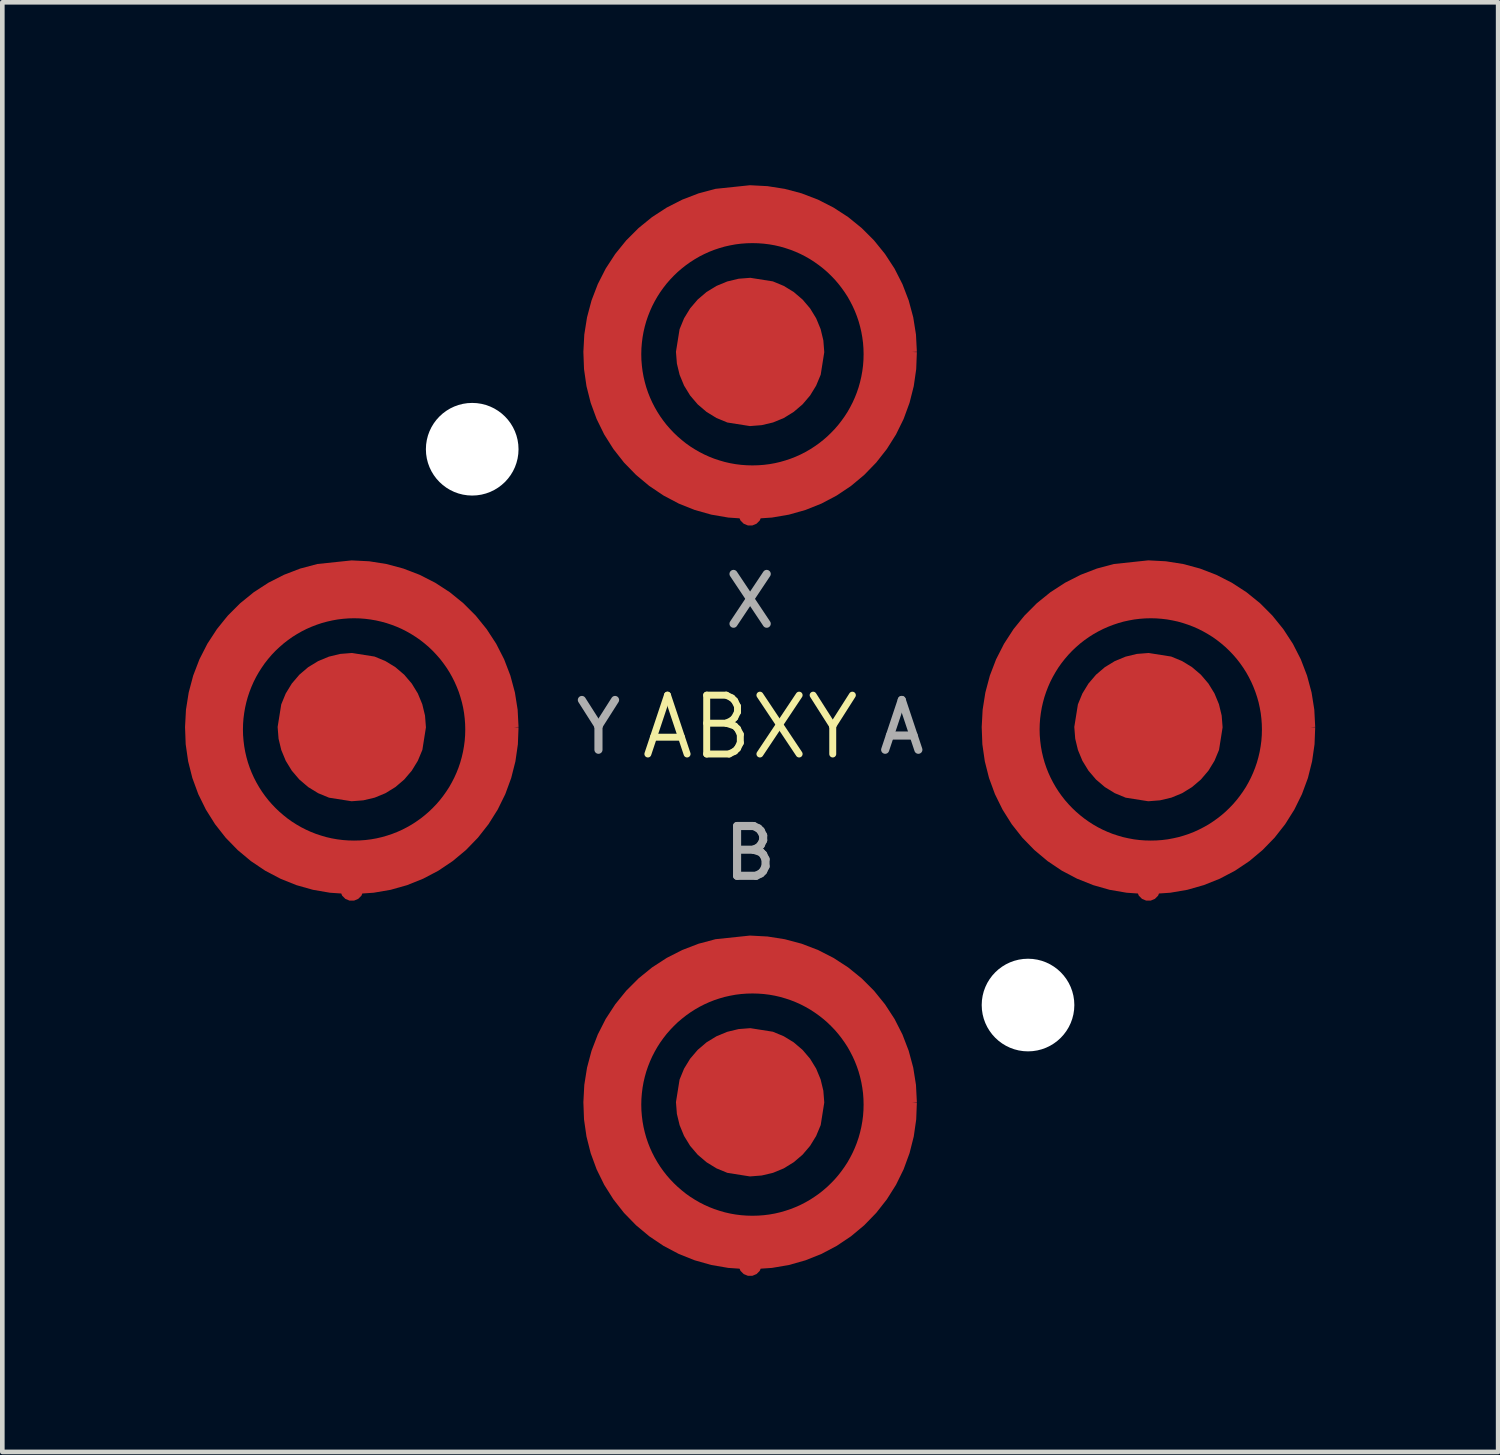
<source format=kicad_pcb>
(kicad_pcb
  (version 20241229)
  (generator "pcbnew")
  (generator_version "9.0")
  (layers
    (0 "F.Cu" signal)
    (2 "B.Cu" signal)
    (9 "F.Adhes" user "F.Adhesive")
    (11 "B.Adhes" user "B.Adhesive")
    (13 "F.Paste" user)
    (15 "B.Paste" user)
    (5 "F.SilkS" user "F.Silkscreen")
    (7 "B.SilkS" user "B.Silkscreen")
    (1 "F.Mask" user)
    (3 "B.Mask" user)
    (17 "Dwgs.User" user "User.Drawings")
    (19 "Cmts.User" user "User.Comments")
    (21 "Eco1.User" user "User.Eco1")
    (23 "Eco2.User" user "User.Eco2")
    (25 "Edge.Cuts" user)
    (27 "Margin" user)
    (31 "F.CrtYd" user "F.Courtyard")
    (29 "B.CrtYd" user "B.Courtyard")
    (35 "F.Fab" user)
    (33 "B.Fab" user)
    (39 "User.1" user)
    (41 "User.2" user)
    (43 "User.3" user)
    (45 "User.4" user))
  (footprint "ABXY"
    (layer "F.Cu")
    (at 13.145 12.649)
    (property "Reference" "ABXY" (at 0 0 0) (layer "F.SilkS") (effects (font (size 1.27 1.27) (thickness 0.15))))
    (fp_poly (pts (xy -8.198 -4.08) (xy -7.8 -4.021) (xy -7.41 -3.924) (xy -7.031 -3.788) (xy -6.667 -3.616) (xy -6.322 -3.409) (xy -5.999 -3.169) (xy -5.701 -2.899) (xy -5.431 -2.601) (xy -5.191 -2.278) (xy -4.984 -1.933) (xy -4.812 -1.569) (xy -4.676 -1.19) (xy -4.578 -0.798) (xy -4.5 -0.002) (xy -4.52 0.402) (xy -4.579 0.8) (xy -4.676 1.19) (xy -4.812 1.569) (xy -4.984 1.933) (xy -5.191 2.278) (xy -5.431 2.601) (xy -5.701 2.899) (xy -5.999 3.169) (xy -6.322 3.409) (xy -6.667 3.616) (xy -7.031 3.788) (xy -7.41 3.924) (xy -7.802 4.022) (xy -8.598 4.1) (xy -9.002 4.08) (xy -9.4 4.021) (xy -9.79 3.924) (xy -10.169 3.788) (xy -10.533 3.616) (xy -10.878 3.409) (xy -11.201 3.169) (xy -11.499 2.899) (xy -11.769 2.601) (xy -12.009 2.278) (xy -12.216 1.933) (xy -12.388 1.569) (xy -12.524 1.19) (xy -12.622 0.798) (xy -12.7 0.002) (xy -12.68 -0.402) (xy -12.621 -0.8) (xy -12.524 -1.19) (xy -12.388 -1.569) (xy -12.216 -1.933) (xy -12.009 -2.278) (xy -11.769 -2.601) (xy -11.499 -2.899) (xy -11.201 -3.169) (xy -10.878 -3.409) (xy -10.533 -3.616) (xy -10.169 -3.788) (xy -9.79 -3.924) (xy -9.398 -4.022) (xy -8.602 -4.1)) (stroke (width 0) (type default)) (fill yes) (layer "F.Mask"))
    (fp_poly (pts (xy 0.402 -12.18) (xy 0.8 -12.121) (xy 1.19 -12.024) (xy 1.569 -11.888) (xy 1.933 -11.716) (xy 2.278 -11.509) (xy 2.601 -11.269) (xy 2.899 -10.999) (xy 3.169 -10.701) (xy 3.409 -10.378) (xy 3.616 -10.033) (xy 3.788 -9.669) (xy 3.924 -9.29) (xy 4.022 -8.898) (xy 4.1 -8.102) (xy 4.08 -7.698) (xy 4.021 -7.3) (xy 3.924 -6.91) (xy 3.788 -6.531) (xy 3.616 -6.167) (xy 3.409 -5.822) (xy 3.169 -5.499) (xy 2.899 -5.201) (xy 2.601 -4.931) (xy 2.278 -4.691) (xy 1.933 -4.484) (xy 1.569 -4.312) (xy 1.19 -4.176) (xy 0.798 -4.078) (xy 0.002 -4) (xy -0.402 -4.02) (xy -0.8 -4.079) (xy -1.19 -4.176) (xy -1.569 -4.312) (xy -1.933 -4.484) (xy -2.278 -4.691) (xy -2.601 -4.931) (xy -2.899 -5.201) (xy -3.169 -5.499) (xy -3.409 -5.822) (xy -3.616 -6.167) (xy -3.788 -6.531) (xy -3.924 -6.91) (xy -4.022 -7.302) (xy -4.1 -8.098) (xy -4.08 -8.502) (xy -4.021 -8.9) (xy -3.924 -9.29) (xy -3.788 -9.669) (xy -3.616 -10.033) (xy -3.409 -10.378) (xy -3.169 -10.701) (xy -2.899 -10.999) (xy -2.601 -11.269) (xy -2.278 -11.509) (xy -1.933 -11.716) (xy -1.569 -11.888) (xy -1.19 -12.024) (xy -0.798 -12.122) (xy -0.002 -12.2)) (stroke (width 0) (type default)) (fill yes) (layer "F.Mask"))
    (fp_poly (pts (xy 0.402 4.02) (xy 0.8 4.079) (xy 1.19 4.176) (xy 1.569 4.312) (xy 1.933 4.484) (xy 2.278 4.691) (xy 2.601 4.931) (xy 2.899 5.201) (xy 3.169 5.499) (xy 3.409 5.822) (xy 3.616 6.167) (xy 3.788 6.531) (xy 3.924 6.91) (xy 4.022 7.302) (xy 4.1 8.098) (xy 4.08 8.502) (xy 4.021 8.9) (xy 3.924 9.29) (xy 3.788 9.669) (xy 3.616 10.033) (xy 3.409 10.378) (xy 3.169 10.701) (xy 2.899 10.999) (xy 2.601 11.269) (xy 2.278 11.509) (xy 1.933 11.716) (xy 1.569 11.888) (xy 1.19 12.024) (xy 0.798 12.122) (xy 0.002 12.2) (xy -0.402 12.18) (xy -0.8 12.121) (xy -1.19 12.024) (xy -1.569 11.888) (xy -1.933 11.716) (xy -2.278 11.509) (xy -2.601 11.269) (xy -2.899 10.999) (xy -3.169 10.701) (xy -3.409 10.378) (xy -3.616 10.033) (xy -3.788 9.669) (xy -3.924 9.29) (xy -4.022 8.898) (xy -4.1 8.102) (xy -4.08 7.698) (xy -4.021 7.3) (xy -3.924 6.91) (xy -3.788 6.531) (xy -3.616 6.167) (xy -3.409 5.822) (xy -3.169 5.499) (xy -2.899 5.201) (xy -2.601 4.931) (xy -2.278 4.691) (xy -1.933 4.484) (xy -1.569 4.312) (xy -1.19 4.176) (xy -0.798 4.078) (xy -0.002 4)) (stroke (width 0) (type default)) (fill yes) (layer "F.Mask"))
    (fp_poly (pts (xy 9.002 -4.08) (xy 9.4 -4.021) (xy 9.79 -3.924) (xy 10.169 -3.788) (xy 10.533 -3.616) (xy 10.878 -3.409) (xy 11.201 -3.169) (xy 11.499 -2.899) (xy 11.769 -2.601) (xy 12.009 -2.278) (xy 12.216 -1.933) (xy 12.388 -1.569) (xy 12.524 -1.19) (xy 12.622 -0.798) (xy 12.7 -0.002) (xy 12.68 0.402) (xy 12.621 0.8) (xy 12.524 1.19) (xy 12.388 1.569) (xy 12.216 1.933) (xy 12.009 2.278) (xy 11.769 2.601) (xy 11.499 2.899) (xy 11.201 3.169) (xy 10.878 3.409) (xy 10.533 3.616) (xy 10.169 3.788) (xy 9.79 3.924) (xy 9.398 4.022) (xy 8.602 4.1) (xy 8.198 4.08) (xy 7.8 4.021) (xy 7.41 3.924) (xy 7.031 3.788) (xy 6.667 3.616) (xy 6.322 3.409) (xy 5.999 3.169) (xy 5.701 2.899) (xy 5.431 2.601) (xy 5.191 2.278) (xy 4.984 1.933) (xy 4.812 1.569) (xy 4.676 1.19) (xy 4.578 0.798) (xy 4.5 0.002) (xy 4.52 -0.402) (xy 4.579 -0.8) (xy 4.676 -1.19) (xy 4.812 -1.569) (xy 4.984 -1.933) (xy 5.191 -2.278) (xy 5.431 -2.601) (xy 5.701 -2.899) (xy 5.999 -3.169) (xy 6.322 -3.409) (xy 6.667 -3.616) (xy 7.031 -3.788) (xy 7.41 -3.924) (xy 7.802 -4.022) (xy 8.598 -4.1)) (stroke (width 0) (type default)) (fill yes) (layer "F.Mask"))
    (fp_text user "A" (at 3.85 0 0) (layer "F.Fab") (effects (font (size 1.075 1.075) (thickness 0.175)) (justify right)))
    (fp_text user "Y" (at -3.85 0 0) (layer "F.Fab") (effects (font (size 1.075 1.075) (thickness 0.175)) (justify left)))
    (fp_text user "X" (at 0 -3.35 0) (layer "F.Fab") (effects (font (size 1.075 1.075) (thickness 0.175)) (justify top)))
    (fp_text user "B" (at 0 3.35 0) (layer "F.Fab") (effects (font (size 1.075 1.075) (thickness 0.175)) (justify bottom)))
    (pad "" np_thru_hole circle (at -6 -6) (size 2 2) (drill 2) (layers "*.Cu" "*.Mask"))
    (pad "" np_thru_hole circle (at 6 6) (size 2 2) (drill 2) (layers "*.Cu" "*.Mask"))
    (pad "A" smd custom (at 8.6 0 90) (size 0.5 0.5) (layers "F.Cu" "F.Mask") (options (anchor circle)) (primitives (gr_poly (pts (xy -0.25 0) (xy -0.231 -0.096) (xy -0.177 -0.177) (xy -0.096 -0.231) (xy 0 -0.25) (xy 0.096 -0.231) (xy 0.177 -0.177) (xy 0.231 -0.096) (xy 0.25 0) (xy 0.231 0.096) (xy 0.177 0.177) (xy 0.096 0.231) (xy 0 0.25) (xy -0.096 0.231) (xy -0.177 0.177) (xy -0.231 0.096) (xy -0.25 0)) (width 0) (fill yes)) (gr_poly (pts (xy 1.524 0.491) (xy 1.426 0.727) (xy 1.295 0.941) (xy 1.132 1.132) (xy 0.941 1.295) (xy 0.727 1.426) (xy 0.495 1.522) (xy 0.251 1.581) (xy -0.004 1.601) (xy -0.491 1.524) (xy -0.726 1.426) (xy -0.94 1.295) (xy -1.131 1.132) (xy -1.294 0.941) (xy -1.426 0.727) (xy -1.522 0.495) (xy -1.58 0.25) (xy -1.6 -0.004) (xy -1.523 -0.491) (xy -1.426 -0.726) (xy -1.294 -0.941) (xy -1.131 -1.132) (xy -0.94 -1.295) (xy -0.726 -1.426) (xy -0.494 -1.522) (xy -0.25 -1.581) (xy 0.004 -1.601) (xy 0.491 -1.523) (xy 0.727 -1.426) (xy 0.941 -1.295) (xy 1.132 -1.132) (xy 1.295 -0.941) (xy 1.426 -0.726) (xy 1.522 -0.494) (xy 1.581 -0.25) (xy 1.601 0.004)) (width 0) (fill yes))))
    (pad "B" smd custom (at 0 8.1 90) (size 0.5 0.5) (layers "F.Cu" "F.Mask") (options (anchor circle)) (primitives (gr_poly (pts (xy -0.25 0) (xy -0.231 -0.096) (xy -0.177 -0.177) (xy -0.096 -0.231) (xy 0 -0.25) (xy 0.096 -0.231) (xy 0.177 -0.177) (xy 0.231 -0.096) (xy 0.25 0) (xy 0.231 0.096) (xy 0.177 0.177) (xy 0.096 0.231) (xy 0 0.25) (xy -0.096 0.231) (xy -0.177 0.177) (xy -0.231 0.096) (xy -0.25 0)) (width 0) (fill yes)) (gr_poly (pts (xy 1.524 0.491) (xy 1.426 0.727) (xy 1.295 0.941) (xy 1.132 1.132) (xy 0.941 1.295) (xy 0.727 1.426) (xy 0.495 1.522) (xy 0.251 1.581) (xy -0.004 1.601) (xy -0.491 1.524) (xy -0.726 1.426) (xy -0.94 1.295) (xy -1.131 1.132) (xy -1.294 0.941) (xy -1.426 0.727) (xy -1.522 0.495) (xy -1.58 0.25) (xy -1.6 -0.004) (xy -1.523 -0.491) (xy -1.426 -0.726) (xy -1.294 -0.941) (xy -1.131 -1.132) (xy -0.94 -1.295) (xy -0.726 -1.426) (xy -0.494 -1.522) (xy -0.25 -1.581) (xy 0.004 -1.601) (xy 0.491 -1.523) (xy 0.727 -1.426) (xy 0.941 -1.295) (xy 1.132 -1.132) (xy 1.295 -0.941) (xy 1.426 -0.726) (xy 1.522 -0.494) (xy 1.581 -0.25) (xy 1.601 0.004)) (width 0) (fill yes))))
    (pad "GND1" smd custom (at -8.6 3.5 90) (size 0.5 0.5) (layers "F.Cu" "F.Mask") (options (anchor circle)) (primitives (gr_poly (pts (xy 0.25 0.000038) (xy 0.269 -0.096) (xy 0.323 -0.177) (xy 0.404 -0.231) (xy 0.5 -0.25) (xy 0.596 -0.231) (xy 0.677 -0.177) (xy 0.731 -0.096) (xy 0.75 0.000038) (xy 0.731 0.096) (xy 0.677 0.177) (xy 0.596 0.231) (xy 0.5 0.25) (xy 0.404 0.231) (xy 0.323 0.177) (xy 0.269 0.096) (xy 0.25 0.000038)) (width 0) (fill yes)) (gr_poly (pts (xy 7.081 0.376) (xy 7.022 0.749) (xy 6.924 1.113) (xy 6.789 1.465) (xy 6.618 1.8) (xy 6.413 2.116) (xy 6.175 2.409) (xy 5.909 2.675) (xy 5.616 2.912) (xy 5.3 3.118) (xy 4.965 3.289) (xy 4.613 3.424) (xy 4.248 3.522) (xy 3.876 3.581) (xy 3.505 3.6) (xy 3.5 3.5) (xy 3.496 3.6) (xy 3.13 3.586) (xy 2.762 3.533) (xy 2.402 3.442) (xy 2.053 3.314) (xy 1.72 3.15) (xy 1.405 2.952) (xy 1.113 2.723) (xy 0.846 2.464) (xy 0.608 2.178) (xy 0.401 1.87) (xy 0.228 1.541) (xy 0.089 1.196) (xy -0.012 0.839) (xy -0.075 0.472) (xy -0.107 0) (xy 0 0) (xy 0 -0.1) (xy -0.1 -0.106) (xy -0.075 -0.472) (xy -0.012 -0.838) (xy 0.089 -1.196) (xy 0.228 -1.541) (xy 0.401 -1.87) (xy 0.608 -2.178) (xy 0.846 -2.463) (xy 1.113 -2.723) (xy 1.405 -2.952) (xy 1.72 -3.15) (xy 2.053 -3.314) (xy 2.402 -3.442) (xy 2.762 -3.533) (xy 3.13 -3.586) (xy 3.45 -3.598) (xy 3.45 -2.35) (xy 3.327 -2.347) (xy 3.205 -2.337) (xy 3.085 -2.322) (xy 2.967 -2.301) (xy 2.851 -2.274) (xy 2.737 -2.242) (xy 2.625 -2.204) (xy 2.516 -2.161) (xy 2.41 -2.113) (xy 2.307 -2.06) (xy 2.206 -2.002) (xy 2.109 -1.94) (xy 2.015 -1.873) (xy 1.924 -1.802) (xy 1.837 -1.726) (xy 1.754 -1.647) (xy 1.674 -1.563) (xy 1.599 -1.476) (xy 1.527 -1.386) (xy 1.46 -1.292) (xy 1.398 -1.194) (xy 1.34 -1.094) (xy 1.287 -0.99) (xy 1.239 -0.884) (xy 1.196 -0.775) (xy 1.159 -0.663) (xy 1.126 -0.55) (xy 1.099 -0.433) (xy 1.078 -0.315) (xy 1.063 -0.195) (xy 1.054 -0.073) (xy 1.051 0.05) (xy 1.054 0.174) (xy 1.063 0.296) (xy 1.078 0.416) (xy 1.099 0.534) (xy 1.126 0.65) (xy 1.159 0.764) (xy 1.196 0.875) (xy 1.239 0.984) (xy 1.287 1.091) (xy 1.34 1.194) (xy 1.398 1.295) (xy 1.461 1.392) (xy 1.527 1.486) (xy 1.599 1.577) (xy 1.674 1.664) (xy 1.754 1.747) (xy 1.837 1.827) (xy 1.924 1.902) (xy 2.015 1.973) (xy 2.109 2.04) (xy 2.206 2.103) (xy 2.307 2.16) (xy 2.41 2.213) (xy 2.516 2.261) (xy 2.625 2.304) (xy 2.737 2.342) (xy 2.851 2.374) (xy 2.967 2.401) (xy 3.085 2.422) (xy 3.205 2.438) (xy 3.327 2.447) (xy 3.45 2.45) (xy 3.569 2.447) (xy 3.688 2.438) (xy 3.805 2.424) (xy 3.921 2.404) (xy 4.035 2.378) (xy 4.148 2.346) (xy 4.26 2.31) (xy 4.369 2.267) (xy 4.476 2.22) (xy 4.581 2.167) (xy 4.683 2.11) (xy 4.782 2.047) (xy 4.878 1.979) (xy 4.972 1.907) (xy 5.061 1.829) (xy 5.148 1.747) (xy 5.23 1.661) (xy 5.307 1.571) (xy 5.38 1.478) (xy 5.447 1.382) (xy 5.51 1.282) (xy 5.568 1.18) (xy 5.621 1.076) (xy 5.668 0.969) (xy 5.71 0.859) (xy 5.747 0.748) (xy 5.778 0.635) (xy 5.804 0.521) (xy 5.824 0.405) (xy 5.839 0.287) (xy 5.848 0.169) (xy 5.851 0.05) (xy 5.848 -0.069) (xy 5.839 -0.187) (xy 5.825 -0.304) (xy 5.804 -0.42) (xy 5.778 -0.535) (xy 5.747 -0.648) (xy 5.71 -0.759) (xy 5.668 -0.868) (xy 5.621 -0.975) (xy 5.568 -1.08) (xy 5.51 -1.182) (xy 5.448 -1.281) (xy 5.38 -1.377) (xy 5.307 -1.471) (xy 5.23 -1.56) (xy 5.148 -1.647) (xy 5.062 -1.729) (xy 4.972 -1.806) (xy 4.879 -1.879) (xy 4.782 -1.946) (xy 4.683 -2.009) (xy 4.581 -2.067) (xy 4.476 -2.12) (xy 4.369 -2.167) (xy 4.26 -2.209) (xy 4.149 -2.246) (xy 4.036 -2.277) (xy 3.921 -2.303) (xy 3.805 -2.323) (xy 3.688 -2.338) (xy 3.57 -2.347) (xy 3.45 -2.35) (xy 3.45 -3.598) (xy 3.501 -3.6) (xy 3.876 -3.58) (xy 4.248 -3.521) (xy 4.613 -3.424) (xy 4.965 -3.289) (xy 5.3 -3.118) (xy 5.616 -2.912) (xy 5.851 -2.723) (xy 5.851 0.05) (xy 5.851 0.05) (xy 5.851 0.051) (xy 5.851 0.05) (xy 5.851 -2.723) (xy 5.909 -2.675) (xy 6.175 -2.409) (xy 6.413 -2.116) (xy 6.618 -1.8) (xy 6.789 -1.464) (xy 6.924 -1.113) (xy 7.022 -0.746) (xy 7.1 -0.003)) (width 0) (fill yes))))
    (pad "GND2" smd custom (at 8.6 3.5 90) (size 0.5 0.5) (layers "F.Cu" "F.Mask") (options (anchor circle)) (primitives (gr_poly (pts (xy 7.081 0.376) (xy 7.022 0.749) (xy 6.924 1.113) (xy 6.789 1.464) (xy 6.618 1.8) (xy 6.413 2.116) (xy 6.176 2.409) (xy 5.909 2.675) (xy 5.616 2.912) (xy 5.3 3.118) (xy 4.965 3.289) (xy 4.613 3.424) (xy 4.248 3.522) (xy 3.876 3.581) (xy 3.505 3.6) (xy 3.5 3.5) (xy 3.497 3.6) (xy 3.13 3.586) (xy 2.762 3.533) (xy 2.402 3.443) (xy 2.053 3.314) (xy 1.72 3.15) (xy 1.405 2.952) (xy 1.113 2.723) (xy 0.847 2.464) (xy 0.608 2.179) (xy 0.401 1.87) (xy 0.228 1.541) (xy 0.09 1.196) (xy -0.012 0.839) (xy -0.075 0.472) (xy -0.107 -0.000056) (xy 0.000171 -0.000056) (xy 0.000171 -0.1) (xy -0.1 -0.107) (xy -0.075 -0.472) (xy -0.012 -0.838) (xy 0.09 -1.196) (xy 0.228 -1.541) (xy 0.401 -1.87) (xy 0.608 -2.178) (xy 0.847 -2.463) (xy 1.113 -2.722) (xy 1.405 -2.952) (xy 1.72 -3.15) (xy 2.053 -3.314) (xy 2.402 -3.442) (xy 2.762 -3.533) (xy 3.13 -3.586) (xy 3.451 -3.598) (xy 3.451 -2.35) (xy 3.327 -2.347) (xy 3.205 -2.337) (xy 3.085 -2.322) (xy 2.967 -2.301) (xy 2.851 -2.274) (xy 2.737 -2.242) (xy 2.625 -2.204) (xy 2.516 -2.161) (xy 2.41 -2.113) (xy 2.307 -2.06) (xy 2.206 -2.002) (xy 2.109 -1.94) (xy 2.015 -1.873) (xy 1.924 -1.802) (xy 1.837 -1.726) (xy 1.754 -1.647) (xy 1.674 -1.563) (xy 1.599 -1.476) (xy 1.528 -1.386) (xy 1.461 -1.292) (xy 1.398 -1.194) (xy 1.34 -1.094) (xy 1.287 -0.99) (xy 1.239 -0.884) (xy 1.196 -0.775) (xy 1.159 -0.663) (xy 1.126 -0.55) (xy 1.1 -0.433) (xy 1.078 -0.315) (xy 1.063 -0.195) (xy 1.054 -0.073) (xy 1.051 0.05) (xy 1.054 0.174) (xy 1.063 0.296) (xy 1.078 0.416) (xy 1.1 0.534) (xy 1.126 0.65) (xy 1.159 0.764) (xy 1.196 0.875) (xy 1.239 0.984) (xy 1.288 1.091) (xy 1.341 1.194) (xy 1.398 1.295) (xy 1.461 1.392) (xy 1.528 1.486) (xy 1.599 1.577) (xy 1.674 1.664) (xy 1.754 1.747) (xy 1.837 1.827) (xy 1.924 1.902) (xy 2.015 1.973) (xy 2.109 2.04) (xy 2.206 2.103) (xy 2.307 2.16) (xy 2.41 2.213) (xy 2.517 2.261) (xy 2.626 2.304) (xy 2.737 2.342) (xy 2.851 2.374) (xy 2.967 2.401) (xy 3.085 2.422) (xy 3.205 2.438) (xy 3.327 2.447) (xy 3.451 2.45) (xy 3.57 2.447) (xy 3.688 2.438) (xy 3.805 2.424) (xy 3.921 2.403) (xy 4.036 2.378) (xy 4.149 2.346) (xy 4.26 2.309) (xy 4.369 2.267) (xy 4.476 2.22) (xy 4.581 2.167) (xy 4.683 2.11) (xy 4.782 2.047) (xy 4.879 1.979) (xy 4.972 1.907) (xy 5.062 1.829) (xy 5.148 1.747) (xy 5.23 1.661) (xy 5.307 1.571) (xy 5.38 1.478) (xy 5.448 1.382) (xy 5.51 1.282) (xy 5.568 1.18) (xy 5.621 1.076) (xy 5.668 0.969) (xy 5.71 0.859) (xy 5.747 0.748) (xy 5.779 0.635) (xy 5.804 0.52) (xy 5.825 0.404) (xy 5.839 0.287) (xy 5.848 0.169) (xy 5.851 0.05) (xy 5.848 -0.069) (xy 5.839 -0.187) (xy 5.825 -0.304) (xy 5.804 -0.42) (xy 5.779 -0.535) (xy 5.747 -0.648) (xy 5.71 -0.759) (xy 5.668 -0.868) (xy 5.621 -0.975) (xy 5.568 -1.08) (xy 5.511 -1.182) (xy 5.448 -1.281) (xy 5.38 -1.378) (xy 5.308 -1.471) (xy 5.23 -1.561) (xy 5.148 -1.647) (xy 5.062 -1.729) (xy 4.972 -1.806) (xy 4.879 -1.879) (xy 4.783 -1.947) (xy 4.683 -2.009) (xy 4.581 -2.067) (xy 4.476 -2.12) (xy 4.369 -2.167) (xy 4.26 -2.209) (xy 4.149 -2.246) (xy 4.036 -2.277) (xy 3.921 -2.303) (xy 3.805 -2.323) (xy 3.688 -2.338) (xy 3.57 -2.347) (xy 3.451 -2.35) (xy 3.451 -3.598) (xy 3.501 -3.6) (xy 3.876 -3.58) (xy 4.248 -3.521) (xy 4.613 -3.424) (xy 4.965 -3.289) (xy 5.3 -3.118) (xy 5.616 -2.913) (xy 5.851 -2.723) (xy 5.851 0.05) (xy 5.851 0.05) (xy 5.851 0.05) (xy 5.851 0.05) (xy 5.851 -2.723) (xy 5.909 -2.675) (xy 6.176 -2.409) (xy 6.413 -2.116) (xy 6.618 -1.8) (xy 6.789 -1.464) (xy 6.924 -1.113) (xy 7.022 -0.746) (xy 7.101 -0.003)) (width 0) (fill yes))))
    (pad "GND3" smd custom (at -0.000047 -4.6 90) (size 0.5 0.5) (layers "F.Cu" "F.Mask") (options (anchor circle)) (primitives (gr_poly (pts (xy 7.08 0.376) (xy 7.021 0.749) (xy 6.924 1.113) (xy 6.789 1.465) (xy 6.618 1.8) (xy 6.413 2.116) (xy 6.175 2.409) (xy 5.909 2.675) (xy 5.616 2.912) (xy 5.3 3.118) (xy 4.964 3.289) (xy 4.612 3.424) (xy 4.248 3.522) (xy 3.876 3.581) (xy 3.505 3.6) (xy 3.5 3.5) (xy 3.496 3.6) (xy 3.13 3.586) (xy 2.762 3.533) (xy 2.402 3.442) (xy 2.053 3.314) (xy 1.719 3.15) (xy 1.405 2.952) (xy 1.113 2.723) (xy 0.846 2.464) (xy 0.608 2.179) (xy 0.401 1.87) (xy 0.227 1.541) (xy 0.089 1.196) (xy -0.012 0.839) (xy -0.075 0.472) (xy -0.107 0) (xy 0 0) (xy 0 -0.1) (xy -0.1 -0.106) (xy -0.075 -0.472) (xy -0.012 -0.838) (xy 0.089 -1.196) (xy 0.227 -1.541) (xy 0.401 -1.87) (xy 0.608 -2.178) (xy 0.846 -2.463) (xy 1.113 -2.723) (xy 1.405 -2.952) (xy 1.719 -3.15) (xy 2.053 -3.314) (xy 2.402 -3.442) (xy 2.762 -3.533) (xy 3.13 -3.586) (xy 3.45 -3.598) (xy 3.45 -2.35) (xy 3.327 -2.347) (xy 3.205 -2.337) (xy 3.085 -2.322) (xy 2.967 -2.301) (xy 2.851 -2.274) (xy 2.737 -2.242) (xy 2.625 -2.204) (xy 2.516 -2.161) (xy 2.41 -2.113) (xy 2.307 -2.06) (xy 2.206 -2.002) (xy 2.109 -1.94) (xy 2.015 -1.873) (xy 1.924 -1.802) (xy 1.837 -1.726) (xy 1.754 -1.647) (xy 1.674 -1.563) (xy 1.599 -1.476) (xy 1.527 -1.386) (xy 1.46 -1.292) (xy 1.398 -1.194) (xy 1.34 -1.094) (xy 1.287 -0.99) (xy 1.239 -0.884) (xy 1.196 -0.775) (xy 1.159 -0.663) (xy 1.126 -0.55) (xy 1.099 -0.433) (xy 1.078 -0.315) (xy 1.063 -0.195) (xy 1.054 -0.073) (xy 1.051 0.05) (xy 1.054 0.174) (xy 1.063 0.296) (xy 1.078 0.416) (xy 1.099 0.534) (xy 1.126 0.65) (xy 1.159 0.764) (xy 1.196 0.875) (xy 1.239 0.984) (xy 1.287 1.091) (xy 1.34 1.194) (xy 1.398 1.295) (xy 1.461 1.392) (xy 1.527 1.486) (xy 1.599 1.577) (xy 1.674 1.664) (xy 1.754 1.747) (xy 1.837 1.827) (xy 1.924 1.902) (xy 2.015 1.973) (xy 2.109 2.04) (xy 2.206 2.103) (xy 2.307 2.16) (xy 2.41 2.213) (xy 2.516 2.261) (xy 2.625 2.304) (xy 2.737 2.342) (xy 2.851 2.374) (xy 2.967 2.401) (xy 3.085 2.422) (xy 3.205 2.438) (xy 3.327 2.447) (xy 3.45 2.45) (xy 3.574 2.447) (xy 3.696 2.438) (xy 3.816 2.422) (xy 3.934 2.401) (xy 4.05 2.374) (xy 4.164 2.342) (xy 4.276 2.304) (xy 4.385 2.261) (xy 4.491 2.213) (xy 4.594 2.16) (xy 4.695 2.103) (xy 4.792 2.04) (xy 4.886 1.973) (xy 4.977 1.902) (xy 5.064 1.827) (xy 5.147 1.747) (xy 5.227 1.664) (xy 5.302 1.577) (xy 5.373 1.486) (xy 5.44 1.392) (xy 5.503 1.295) (xy 5.561 1.194) (xy 5.614 1.091) (xy 5.662 0.984) (xy 5.705 0.875) (xy 5.742 0.764) (xy 5.775 0.65) (xy 5.802 0.534) (xy 5.823 0.416) (xy 5.838 0.295) (xy 5.847 0.174) (xy 5.85 0.05) (xy 5.85 0.05) (xy 5.847 -0.074) (xy 5.838 -0.195) (xy 5.823 -0.315) (xy 5.801 -0.434) (xy 5.775 -0.55) (xy 5.742 -0.664) (xy 5.705 -0.775) (xy 5.662 -0.884) (xy 5.614 -0.99) (xy 5.561 -1.094) (xy 5.503 -1.194) (xy 5.44 -1.292) (xy 5.373 -1.386) (xy 5.302 -1.476) (xy 5.227 -1.564) (xy 5.147 -1.647) (xy 5.064 -1.726) (xy 4.977 -1.802) (xy 4.886 -1.873) (xy 4.792 -1.94) (xy 4.695 -2.002) (xy 4.594 -2.06) (xy 4.491 -2.113) (xy 4.384 -2.161) (xy 4.275 -2.204) (xy 4.164 -2.242) (xy 4.05 -2.274) (xy 3.934 -2.301) (xy 3.816 -2.322) (xy 3.696 -2.337) (xy 3.574 -2.347) (xy 3.45 -2.35) (xy 3.45 -3.598) (xy 3.501 -3.6) (xy 3.876 -3.58) (xy 4.248 -3.521) (xy 4.612 -3.424) (xy 4.964 -3.289) (xy 5.3 -3.118) (xy 5.616 -2.912) (xy 5.909 -2.675) (xy 6.175 -2.409) (xy 6.413 -2.116) (xy 6.618 -1.8) (xy 6.789 -1.464) (xy 6.924 -1.113) (xy 7.022 -0.746) (xy 7.1 -0.003)) (width 0) (fill yes))))
    (pad "GND4" smd custom (at -0.000047 11.6 90) (size 0.5 0.5) (layers "F.Cu" "F.Mask") (options (anchor circle)) (primitives (gr_poly (pts (xy 7.08 0.376) (xy 7.021 0.749) (xy 6.924 1.113) (xy 6.789 1.465) (xy 6.618 1.8) (xy 6.413 2.116) (xy 6.175 2.409) (xy 5.909 2.675) (xy 5.616 2.912) (xy 5.3 3.118) (xy 4.964 3.289) (xy 4.612 3.424) (xy 4.248 3.522) (xy 3.876 3.581) (xy 3.505 3.6) (xy 3.5 3.5) (xy 3.496 3.6) (xy 3.13 3.586) (xy 2.762 3.533) (xy 2.402 3.442) (xy 2.053 3.314) (xy 1.719 3.15) (xy 1.405 2.952) (xy 1.113 2.723) (xy 0.846 2.464) (xy 0.608 2.179) (xy 0.401 1.87) (xy 0.227 1.541) (xy 0.089 1.196) (xy -0.012 0.839) (xy -0.075 0.472) (xy -0.107 0) (xy 0 0) (xy 0 -0.1) (xy -0.1 -0.106) (xy -0.075 -0.472) (xy -0.012 -0.838) (xy 0.089 -1.196) (xy 0.227 -1.541) (xy 0.401 -1.87) (xy 0.608 -2.178) (xy 0.846 -2.463) (xy 1.113 -2.723) (xy 1.405 -2.952) (xy 1.719 -3.15) (xy 2.053 -3.314) (xy 2.402 -3.442) (xy 2.762 -3.533) (xy 3.13 -3.586) (xy 3.45 -3.598) (xy 3.45 -2.35) (xy 3.327 -2.347) (xy 3.205 -2.337) (xy 3.085 -2.322) (xy 2.967 -2.301) (xy 2.851 -2.274) (xy 2.737 -2.242) (xy 2.625 -2.204) (xy 2.516 -2.161) (xy 2.41 -2.113) (xy 2.307 -2.06) (xy 2.206 -2.002) (xy 2.109 -1.94) (xy 2.015 -1.873) (xy 1.924 -1.802) (xy 1.837 -1.726) (xy 1.754 -1.647) (xy 1.674 -1.563) (xy 1.599 -1.476) (xy 1.527 -1.386) (xy 1.46 -1.292) (xy 1.398 -1.194) (xy 1.34 -1.094) (xy 1.287 -0.99) (xy 1.239 -0.884) (xy 1.196 -0.775) (xy 1.159 -0.663) (xy 1.126 -0.55) (xy 1.099 -0.433) (xy 1.078 -0.315) (xy 1.063 -0.195) (xy 1.054 -0.073) (xy 1.051 0.05) (xy 1.054 0.174) (xy 1.063 0.296) (xy 1.078 0.416) (xy 1.099 0.534) (xy 1.126 0.65) (xy 1.159 0.764) (xy 1.196 0.875) (xy 1.239 0.984) (xy 1.287 1.091) (xy 1.34 1.194) (xy 1.398 1.295) (xy 1.461 1.392) (xy 1.527 1.486) (xy 1.599 1.577) (xy 1.674 1.664) (xy 1.754 1.747) (xy 1.837 1.827) (xy 1.924 1.902) (xy 2.015 1.973) (xy 2.109 2.04) (xy 2.206 2.103) (xy 2.307 2.16) (xy 2.41 2.213) (xy 2.516 2.261) (xy 2.625 2.304) (xy 2.737 2.342) (xy 2.851 2.374) (xy 2.967 2.401) (xy 3.085 2.422) (xy 3.205 2.438) (xy 3.327 2.447) (xy 3.45 2.45) (xy 3.574 2.447) (xy 3.696 2.438) (xy 3.816 2.422) (xy 3.934 2.401) (xy 4.05 2.374) (xy 4.164 2.342) (xy 4.276 2.304) (xy 4.385 2.261) (xy 4.491 2.213) (xy 4.594 2.16) (xy 4.695 2.103) (xy 4.792 2.04) (xy 4.886 1.973) (xy 4.977 1.902) (xy 5.064 1.827) (xy 5.147 1.747) (xy 5.227 1.664) (xy 5.302 1.577) (xy 5.373 1.486) (xy 5.44 1.392) (xy 5.503 1.295) (xy 5.561 1.194) (xy 5.614 1.091) (xy 5.662 0.984) (xy 5.705 0.875) (xy 5.742 0.764) (xy 5.775 0.65) (xy 5.802 0.534) (xy 5.823 0.416) (xy 5.838 0.295) (xy 5.847 0.174) (xy 5.85 0.05) (xy 5.85 0.05) (xy 5.847 -0.074) (xy 5.838 -0.195) (xy 5.823 -0.315) (xy 5.801 -0.434) (xy 5.775 -0.55) (xy 5.742 -0.664) (xy 5.705 -0.775) (xy 5.662 -0.884) (xy 5.614 -0.99) (xy 5.561 -1.094) (xy 5.503 -1.194) (xy 5.44 -1.292) (xy 5.373 -1.386) (xy 5.302 -1.476) (xy 5.227 -1.564) (xy 5.147 -1.647) (xy 5.064 -1.726) (xy 4.977 -1.802) (xy 4.886 -1.873) (xy 4.792 -1.94) (xy 4.695 -2.002) (xy 4.594 -2.06) (xy 4.491 -2.113) (xy 4.384 -2.161) (xy 4.275 -2.204) (xy 4.164 -2.242) (xy 4.05 -2.274) (xy 3.934 -2.301) (xy 3.816 -2.322) (xy 3.696 -2.337) (xy 3.574 -2.347) (xy 3.45 -2.35) (xy 3.45 -3.598) (xy 3.501 -3.6) (xy 3.876 -3.58) (xy 4.248 -3.521) (xy 4.612 -3.424) (xy 4.964 -3.289) (xy 5.3 -3.118) (xy 5.616 -2.912) (xy 5.909 -2.675) (xy 6.175 -2.409) (xy 6.413 -2.116) (xy 6.618 -1.8) (xy 6.789 -1.464) (xy 6.924 -1.113) (xy 7.022 -0.746) (xy 7.1 -0.003)) (width 0) (fill yes))))
    (pad "X" smd custom (at 0 -8.1 90) (size 0.5 0.5) (layers "F.Cu" "F.Mask") (options (anchor circle)) (primitives (gr_poly (pts (xy -0.25 0) (xy -0.231 -0.096) (xy -0.177 -0.177) (xy -0.096 -0.231) (xy 0 -0.25) (xy 0.096 -0.231) (xy 0.177 -0.177) (xy 0.231 -0.096) (xy 0.25 0) (xy 0.231 0.096) (xy 0.177 0.177) (xy 0.096 0.231) (xy 0 0.25) (xy -0.096 0.231) (xy -0.177 0.177) (xy -0.231 0.096) (xy -0.25 0)) (width 0) (fill yes)) (gr_poly (pts (xy 1.524 0.491) (xy 1.426 0.727) (xy 1.295 0.941) (xy 1.132 1.132) (xy 0.941 1.295) (xy 0.727 1.426) (xy 0.495 1.522) (xy 0.251 1.581) (xy -0.004 1.601) (xy -0.491 1.524) (xy -0.726 1.426) (xy -0.94 1.295) (xy -1.131 1.132) (xy -1.294 0.941) (xy -1.426 0.727) (xy -1.522 0.495) (xy -1.58 0.25) (xy -1.6 -0.004) (xy -1.523 -0.491) (xy -1.426 -0.726) (xy -1.294 -0.941) (xy -1.131 -1.132) (xy -0.94 -1.295) (xy -0.726 -1.426) (xy -0.494 -1.522) (xy -0.25 -1.581) (xy 0.004 -1.601) (xy 0.491 -1.523) (xy 0.727 -1.426) (xy 0.941 -1.295) (xy 1.132 -1.132) (xy 1.295 -0.941) (xy 1.426 -0.726) (xy 1.522 -0.494) (xy 1.581 -0.25) (xy 1.601 0.004)) (width 0) (fill yes))))
    (pad "Y" smd custom (at -8.6 0 90) (size 0.5 0.5) (layers "F.Cu" "F.Mask") (options (anchor circle)) (primitives (gr_poly (pts (xy 1.524 0.491) (xy 1.426 0.727) (xy 1.295 0.941) (xy 1.132 1.132) (xy 0.941 1.295) (xy 0.727 1.426) (xy 0.495 1.522) (xy 0.251 1.581) (xy -0.004 1.601) (xy -0.491 1.524) (xy -0.726 1.426) (xy -0.94 1.295) (xy -1.131 1.132) (xy -1.294 0.941) (xy -1.426 0.727) (xy -1.522 0.495) (xy -1.58 0.25) (xy -1.6 -0.004) (xy -1.523 -0.491) (xy -1.426 -0.726) (xy -1.294 -0.941) (xy -1.131 -1.132) (xy -0.94 -1.295) (xy -0.726 -1.426) (xy -0.494 -1.522) (xy -0.25 -1.581) (xy 0.004 -1.601) (xy 0.491 -1.523) (xy 0.727 -1.426) (xy 0.941 -1.295) (xy 1.132 -1.132) (xy 1.295 -0.941) (xy 1.426 -0.726) (xy 1.522 -0.494) (xy 1.581 -0.25) (xy 1.601 0.004)) (width 0) (fill yes))))
    (zone (net_name "") (layer "F.Cu") (hatch edge 0.5) (connect_pads) (min_thickness 0.25) (filled_areas_thickness no) (keepout (tracks not_allowed) (vias allowed) (pads not_allowed) (copperpour not_allowed) (footprints allowed)) (placement (enabled no)) (fill) (polygon (pts (xy 9.095 12.649) (xy 9.075 12.223) (xy 9.015 11.8) (xy 8.916 11.385) (xy 8.779 10.982) (xy 8.604 10.593) (xy 8.394 10.222) (xy 8.149 9.872) (xy 7.873 9.547) (xy 7.568 9.248) (xy 7.237 8.98) (xy 6.881 8.744) (xy 6.505 8.543) (xy 6.112 8.377) (xy 5.705 8.249) (xy 5.288 8.16) (xy 4.865 8.11) (xy 4.438 8.1) (xy 4.013 8.13) (xy 3.592 8.2) (xy 3.18 8.308) (xy 2.779 8.455) (xy 2.394 8.639) (xy 2.028 8.858) (xy 1.684 9.11) (xy 1.366 9.394) (xy 1.075 9.706) (xy 0.814 10.044) (xy 0.587 10.405) (xy 0.394 10.785) (xy 0.238 11.182) (xy 0.119 11.592) (xy 0.04 12.011) (xy 0 12.435) (xy 0 12.862) (xy 0.04 13.287) (xy 0.119 13.706) (xy 0.238 14.116) (xy 0.394 14.512) (xy 0.587 14.893) (xy 0.814 15.254) (xy 1.075 15.592) (xy 1.366 15.904) (xy 1.684 16.187) (xy 2.028 16.439) (xy 2.394 16.658) (xy 2.779 16.842) (xy 3.18 16.989) (xy 3.592 17.098) (xy 4.013 17.168) (xy 4.438 17.198) (xy 4.865 17.188) (xy 5.288 17.138) (xy 5.705 17.048) (xy 6.112 16.92) (xy 6.505 16.755) (xy 6.881 16.553) (xy 7.237 16.317) (xy 7.568 16.049) (xy 7.873 15.751) (xy 8.149 15.426) (xy 8.394 15.076) (xy 8.604 14.705) (xy 8.779 14.316) (xy 8.916 13.912) (xy 9.015 13.497) (xy 9.075 13.075))) (polygon (pts (xy 8.395 12.649) (xy 8.375 12.259) (xy 8.316 11.874) (xy 8.218 11.496) (xy 8.083 11.13) (xy 7.911 10.78) (xy 7.705 10.449) (xy 7.466 10.141) (xy 7.198 9.858) (xy 6.902 9.604) (xy 6.582 9.381) (xy 6.241 9.192) (xy 5.882 9.038) (xy 5.51 8.922) (xy 5.128 8.843) (xy 4.74 8.804) (xy 4.35 8.804) (xy 3.962 8.843) (xy 3.58 8.922) (xy 3.208 9.038) (xy 2.849 9.192) (xy 2.508 9.381) (xy 2.188 9.604) (xy 1.892 9.858) (xy 1.624 10.141) (xy 1.385 10.449) (xy 1.179 10.78) (xy 1.007 11.13) (xy 0.872 11.496) (xy 0.774 11.874) (xy 0.715 12.259) (xy 0.695 12.649) (xy 0.715 13.038) (xy 0.774 13.424) (xy 0.872 13.801) (xy 1.007 14.167) (xy 1.179 14.517) (xy 1.385 14.848) (xy 1.624 15.157) (xy 1.892 15.439) (xy 2.188 15.693) (xy 2.508 15.916) (xy 2.849 16.105) (xy 3.208 16.259) (xy 3.58 16.376) (xy 3.962 16.454) (xy 4.35 16.494) (xy 4.74 16.494) (xy 5.128 16.454) (xy 5.51 16.376) (xy 5.882 16.259) (xy 6.241 16.105) (xy 6.582 15.916) (xy 6.902 15.693) (xy 7.198 15.439) (xy 7.466 15.157) (xy 7.705 14.848) (xy 7.911 14.517) (xy 8.083 14.167) (xy 8.218 13.801) (xy 8.316 13.424) (xy 8.375 13.038))))
    (zone (net_name "") (layer "F.Cu") (hatch edge 0.5) (connect_pads) (min_thickness 0.25) (filled_areas_thickness no) (keepout (tracks not_allowed) (vias allowed) (pads not_allowed) (copperpour not_allowed) (footprints allowed)) (placement (enabled no)) (fill) (polygon (pts (xy 17.695 4.549) (xy 17.675 4.123) (xy 17.615 3.7) (xy 17.516 3.285) (xy 17.379 2.882) (xy 17.204 2.493) (xy 16.994 2.122) (xy 16.749 1.772) (xy 16.473 1.447) (xy 16.168 1.148) (xy 15.837 0.88) (xy 15.481 0.644) (xy 15.105 0.443) (xy 14.712 0.277) (xy 14.305 0.149) (xy 13.888 0.06) (xy 13.465 0.01) (xy 13.038 0) (xy 12.613 0.03) (xy 12.192 0.1) (xy 11.78 0.208) (xy 11.379 0.355) (xy 10.994 0.539) (xy 10.628 0.758) (xy 10.284 1.01) (xy 9.966 1.294) (xy 9.675 1.606) (xy 9.414 1.944) (xy 9.187 2.305) (xy 8.994 2.685) (xy 8.838 3.082) (xy 8.719 3.492) (xy 8.64 3.911) (xy 8.6 4.335) (xy 8.6 4.762) (xy 8.64 5.187) (xy 8.719 5.606) (xy 8.838 6.016) (xy 8.994 6.412) (xy 9.187 6.793) (xy 9.414 7.154) (xy 9.675 7.492) (xy 9.966 7.804) (xy 10.284 8.087) (xy 10.628 8.339) (xy 10.994 8.558) (xy 11.379 8.742) (xy 11.78 8.889) (xy 12.192 8.998) (xy 12.613 9.068) (xy 13.038 9.098) (xy 13.465 9.088) (xy 13.888 9.038) (xy 14.305 8.948) (xy 14.712 8.82) (xy 15.105 8.655) (xy 15.481 8.453) (xy 15.837 8.217) (xy 16.168 7.949) (xy 16.473 7.651) (xy 16.749 7.326) (xy 16.994 6.976) (xy 17.204 6.605) (xy 17.379 6.216) (xy 17.516 5.812) (xy 17.615 5.397) (xy 17.675 4.975))) (polygon (pts (xy 16.995 4.549) (xy 16.975 4.159) (xy 16.916 3.774) (xy 16.818 3.396) (xy 16.683 3.03) (xy 16.511 2.68) (xy 16.305 2.349) (xy 16.066 2.041) (xy 15.798 1.758) (xy 15.502 1.504) (xy 15.182 1.281) (xy 14.841 1.092) (xy 14.482 0.938) (xy 14.11 0.822) (xy 13.728 0.743) (xy 13.34 0.704) (xy 12.95 0.704) (xy 12.562 0.743) (xy 12.18 0.822) (xy 11.808 0.938) (xy 11.449 1.092) (xy 11.108 1.281) (xy 10.788 1.504) (xy 10.492 1.758) (xy 10.224 2.041) (xy 9.985 2.349) (xy 9.779 2.68) (xy 9.607 3.03) (xy 9.472 3.396) (xy 9.374 3.774) (xy 9.315 4.159) (xy 9.295 4.549) (xy 9.315 4.938) (xy 9.374 5.324) (xy 9.472 5.701) (xy 9.607 6.067) (xy 9.779 6.417) (xy 9.985 6.748) (xy 10.224 7.057) (xy 10.492 7.339) (xy 10.788 7.593) (xy 11.108 7.816) (xy 11.449 8.005) (xy 11.808 8.159) (xy 12.18 8.276) (xy 12.562 8.354) (xy 12.95 8.394) (xy 13.34 8.394) (xy 13.728 8.354) (xy 14.11 8.276) (xy 14.482 8.159) (xy 14.841 8.005) (xy 15.182 7.816) (xy 15.502 7.593) (xy 15.798 7.339) (xy 16.066 7.057) (xy 16.305 6.748) (xy 16.511 6.417) (xy 16.683 6.067) (xy 16.818 5.701) (xy 16.916 5.324) (xy 16.975 4.938))))
    (zone (net_name "") (layer "F.Cu") (hatch edge 0.5) (connect_pads) (min_thickness 0.25) (filled_areas_thickness no) (keepout (tracks not_allowed) (vias allowed) (pads not_allowed) (copperpour not_allowed) (footprints allowed)) (placement (enabled no)) (fill) (polygon (pts (xy 17.695 20.749) (xy 17.675 20.323) (xy 17.615 19.9) (xy 17.516 19.485) (xy 17.379 19.082) (xy 17.204 18.693) (xy 16.994 18.322) (xy 16.749 17.972) (xy 16.473 17.647) (xy 16.168 17.348) (xy 15.837 17.08) (xy 15.481 16.844) (xy 15.105 16.643) (xy 14.712 16.477) (xy 14.305 16.349) (xy 13.888 16.26) (xy 13.465 16.21) (xy 13.038 16.2) (xy 12.613 16.23) (xy 12.192 16.3) (xy 11.78 16.408) (xy 11.379 16.555) (xy 10.994 16.739) (xy 10.628 16.958) (xy 10.284 17.21) (xy 9.966 17.494) (xy 9.675 17.806) (xy 9.414 18.144) (xy 9.187 18.505) (xy 8.994 18.885) (xy 8.838 19.282) (xy 8.719 19.692) (xy 8.64 20.111) (xy 8.6 20.535) (xy 8.6 20.962) (xy 8.64 21.387) (xy 8.719 21.806) (xy 8.838 22.216) (xy 8.994 22.612) (xy 9.187 22.993) (xy 9.414 23.354) (xy 9.675 23.692) (xy 9.966 24.004) (xy 10.284 24.287) (xy 10.628 24.539) (xy 10.994 24.758) (xy 11.379 24.942) (xy 11.78 25.089) (xy 12.192 25.198) (xy 12.613 25.268) (xy 13.038 25.297) (xy 13.465 25.288) (xy 13.888 25.238) (xy 14.305 25.148) (xy 14.712 25.02) (xy 15.105 24.855) (xy 15.481 24.653) (xy 15.837 24.417) (xy 16.168 24.149) (xy 16.473 23.851) (xy 16.749 23.526) (xy 16.994 23.176) (xy 17.204 22.805) (xy 17.379 22.416) (xy 17.516 22.012) (xy 17.615 21.597) (xy 17.675 21.175))) (polygon (pts (xy 16.995 20.749) (xy 16.975 20.359) (xy 16.916 19.974) (xy 16.818 19.596) (xy 16.683 19.23) (xy 16.511 18.88) (xy 16.305 18.549) (xy 16.066 18.241) (xy 15.798 17.958) (xy 15.502 17.704) (xy 15.182 17.481) (xy 14.841 17.292) (xy 14.482 17.138) (xy 14.11 17.022) (xy 13.728 16.943) (xy 13.34 16.904) (xy 12.95 16.904) (xy 12.562 16.943) (xy 12.18 17.022) (xy 11.808 17.138) (xy 11.449 17.292) (xy 11.108 17.481) (xy 10.788 17.704) (xy 10.492 17.958) (xy 10.224 18.241) (xy 9.985 18.549) (xy 9.779 18.88) (xy 9.607 19.23) (xy 9.472 19.596) (xy 9.374 19.974) (xy 9.315 20.359) (xy 9.295 20.749) (xy 9.315 21.138) (xy 9.374 21.524) (xy 9.472 21.901) (xy 9.607 22.267) (xy 9.779 22.617) (xy 9.985 22.948) (xy 10.224 23.257) (xy 10.492 23.539) (xy 10.788 23.793) (xy 11.108 24.016) (xy 11.449 24.205) (xy 11.808 24.359) (xy 12.18 24.476) (xy 12.562 24.554) (xy 12.95 24.594) (xy 13.34 24.594) (xy 13.728 24.554) (xy 14.11 24.476) (xy 14.482 24.359) (xy 14.841 24.205) (xy 15.182 24.016) (xy 15.502 23.793) (xy 15.798 23.539) (xy 16.066 23.257) (xy 16.305 22.948) (xy 16.511 22.617) (xy 16.683 22.267) (xy 16.818 21.901) (xy 16.916 21.524) (xy 16.975 21.138))))
    (zone (net_name "") (layer "F.Cu") (hatch edge 0.5) (connect_pads) (min_thickness 0.25) (filled_areas_thickness no) (keepout (tracks not_allowed) (vias allowed) (pads not_allowed) (copperpour not_allowed) (footprints allowed)) (placement (enabled no)) (fill) (polygon (pts (xy 26.295 12.649) (xy 26.275 12.223) (xy 26.215 11.8) (xy 26.116 11.385) (xy 25.979 10.982) (xy 25.804 10.593) (xy 25.594 10.222) (xy 25.349 9.872) (xy 25.073 9.547) (xy 24.768 9.248) (xy 24.437 8.98) (xy 24.081 8.744) (xy 23.705 8.543) (xy 23.312 8.377) (xy 22.905 8.249) (xy 22.488 8.16) (xy 22.065 8.11) (xy 21.638 8.1) (xy 21.213 8.13) (xy 20.792 8.2) (xy 20.38 8.308) (xy 19.979 8.455) (xy 19.594 8.639) (xy 19.228 8.858) (xy 18.884 9.11) (xy 18.566 9.394) (xy 18.275 9.706) (xy 18.014 10.044) (xy 17.787 10.405) (xy 17.594 10.785) (xy 17.438 11.182) (xy 17.319 11.592) (xy 17.24 12.011) (xy 17.2 12.435) (xy 17.2 12.862) (xy 17.24 13.287) (xy 17.319 13.706) (xy 17.438 14.116) (xy 17.594 14.512) (xy 17.787 14.893) (xy 18.014 15.254) (xy 18.275 15.592) (xy 18.566 15.904) (xy 18.884 16.187) (xy 19.228 16.439) (xy 19.594 16.658) (xy 19.979 16.842) (xy 20.38 16.989) (xy 20.792 17.098) (xy 21.213 17.168) (xy 21.638 17.198) (xy 22.065 17.188) (xy 22.488 17.138) (xy 22.905 17.048) (xy 23.312 16.92) (xy 23.705 16.755) (xy 24.081 16.553) (xy 24.437 16.317) (xy 24.768 16.049) (xy 25.073 15.751) (xy 25.349 15.426) (xy 25.594 15.076) (xy 25.804 14.705) (xy 25.979 14.316) (xy 26.116 13.912) (xy 26.215 13.497) (xy 26.275 13.075))) (polygon (pts (xy 25.595 12.649) (xy 25.575 12.259) (xy 25.516 11.874) (xy 25.418 11.496) (xy 25.283 11.13) (xy 25.111 10.78) (xy 24.905 10.449) (xy 24.666 10.141) (xy 24.398 9.858) (xy 24.102 9.604) (xy 23.782 9.381) (xy 23.441 9.192) (xy 23.082 9.038) (xy 22.71 8.922) (xy 22.328 8.843) (xy 21.94 8.804) (xy 21.55 8.804) (xy 21.162 8.843) (xy 20.78 8.922) (xy 20.408 9.038) (xy 20.049 9.192) (xy 19.708 9.381) (xy 19.388 9.604) (xy 19.092 9.858) (xy 18.824 10.141) (xy 18.585 10.449) (xy 18.379 10.78) (xy 18.207 11.13) (xy 18.072 11.496) (xy 17.974 11.874) (xy 17.915 12.259) (xy 17.895 12.649) (xy 17.915 13.038) (xy 17.974 13.424) (xy 18.072 13.801) (xy 18.207 14.167) (xy 18.379 14.517) (xy 18.585 14.848) (xy 18.824 15.157) (xy 19.092 15.439) (xy 19.388 15.693) (xy 19.708 15.916) (xy 20.049 16.105) (xy 20.408 16.259) (xy 20.78 16.376) (xy 21.162 16.454) (xy 21.55 16.494) (xy 21.94 16.494) (xy 22.328 16.454) (xy 22.71 16.376) (xy 23.082 16.259) (xy 23.441 16.105) (xy 23.782 15.916) (xy 24.102 15.693) (xy 24.398 15.439) (xy 24.666 15.157) (xy 24.905 14.848) (xy 25.111 14.517) (xy 25.283 14.167) (xy 25.418 13.801) (xy 25.516 13.424) (xy 25.575 13.038)))))
  (gr_rect
    (start -3 -3)
    (end 29.295 28.297)
    (stroke (width 0.1) (type default))
    (fill no)
    (layer "Edge.Cuts")))
</source>
